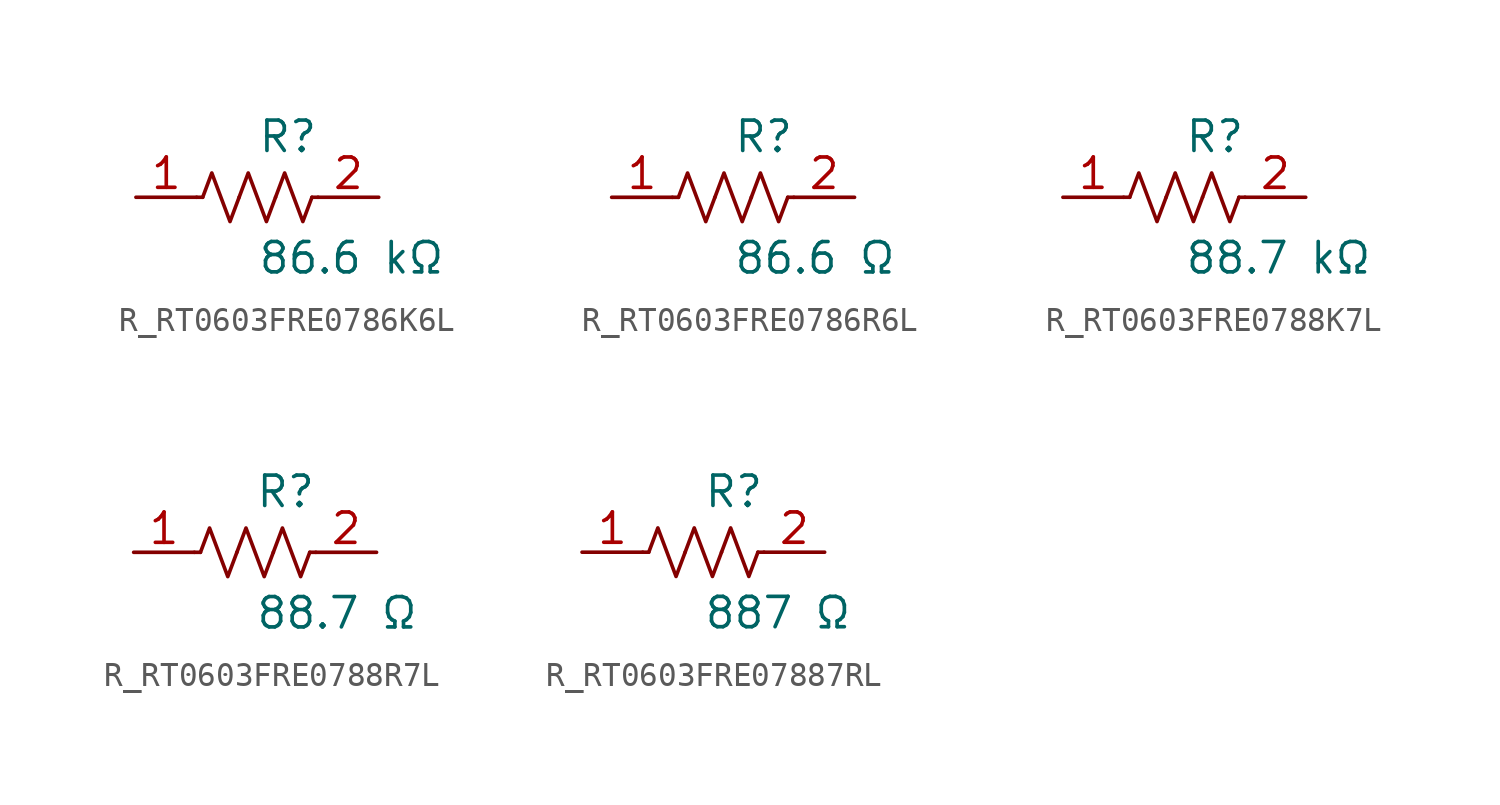
<source format=kicad_sym>
(kicad_symbol_lib
  (version 20231120)
  (generator kicad_symbol_editor)
  (generator_version 8.0)
  (symbol "R_RT0603FRE0786K6L"
    (pin_names
      (offset 0.254))
    (property "Reference" "R"
      (at 0.0 2.54 0)
      (effects (font (size 1.27 1.27)) (justify left)))
    (property "Value" "86.6 kΩ"
      (at 0.0 -2.54 0)
      (effects (font (size 1.27 1.27)) (justify left)))
    (symbol "R_RT0603FRE0786K6L_0_1"
      (polyline (pts (xy 2.286 0) (xy 2.54 0)) (stroke (width 0) (type default)) (fill (type none)))
      (polyline (pts (xy -2.286 0) (xy -2.54 0)) (stroke (width 0) (type default)) (fill (type none)))
      (polyline (pts (xy 0.762 0) (xy 1.143 1.016) (xy 1.524 0) (xy 1.905 -1.016) (xy 2.286 0)) (stroke (width 0) (type default)) (fill (type none)))
      (polyline (pts (xy -0.762 0) (xy -0.381 1.016) (xy 0 0) (xy 0.381 -1.016) (xy 0.762 0)) (stroke (width 0) (type default)) (fill (type none)))
      (polyline (pts (xy -2.286 0) (xy -1.905 1.016) (xy -1.524 0) (xy -1.143 -1.016) (xy -0.762 0)) (stroke (width 0) (type default)) (fill (type none))))
    (pin unspecified line
      (at -5.08 0 0)
      (length 2.54)
      (name "" (effects (font (size 1.27 1.27))))
      (number "1" (effects (font (size 1.27 1.27)))))
    (pin unspecified line
      (at 5.08 0 180)
      (length 2.54)
      (name "" (effects (font (size 1.27 1.27))))
      (number "2" (effects (font (size 1.27 1.27))))))
  (symbol "R_RT0603FRE0786R6L"
    (pin_names
      (offset 0.254))
    (property "Reference" "R"
      (at 0.0 2.54 0)
      (effects (font (size 1.27 1.27)) (justify left)))
    (property "Value" "86.6 Ω"
      (at 0.0 -2.54 0)
      (effects (font (size 1.27 1.27)) (justify left)))
    (symbol "R_RT0603FRE0786R6L_0_1"
      (polyline (pts (xy 2.286 0) (xy 2.54 0)) (stroke (width 0) (type default)) (fill (type none)))
      (polyline (pts (xy -2.286 0) (xy -2.54 0)) (stroke (width 0) (type default)) (fill (type none)))
      (polyline (pts (xy 0.762 0) (xy 1.143 1.016) (xy 1.524 0) (xy 1.905 -1.016) (xy 2.286 0)) (stroke (width 0) (type default)) (fill (type none)))
      (polyline (pts (xy -0.762 0) (xy -0.381 1.016) (xy 0 0) (xy 0.381 -1.016) (xy 0.762 0)) (stroke (width 0) (type default)) (fill (type none)))
      (polyline (pts (xy -2.286 0) (xy -1.905 1.016) (xy -1.524 0) (xy -1.143 -1.016) (xy -0.762 0)) (stroke (width 0) (type default)) (fill (type none))))
    (pin unspecified line
      (at -5.08 0 0)
      (length 2.54)
      (name "" (effects (font (size 1.27 1.27))))
      (number "1" (effects (font (size 1.27 1.27)))))
    (pin unspecified line
      (at 5.08 0 180)
      (length 2.54)
      (name "" (effects (font (size 1.27 1.27))))
      (number "2" (effects (font (size 1.27 1.27))))))
  (symbol "R_RT0603FRE0788K7L"
    (pin_names
      (offset 0.254))
    (property "Reference" "R"
      (at 0.0 2.54 0)
      (effects (font (size 1.27 1.27)) (justify left)))
    (property "Value" "88.7 kΩ"
      (at 0.0 -2.54 0)
      (effects (font (size 1.27 1.27)) (justify left)))
    (symbol "R_RT0603FRE0788K7L_0_1"
      (polyline (pts (xy 2.286 0) (xy 2.54 0)) (stroke (width 0) (type default)) (fill (type none)))
      (polyline (pts (xy -2.286 0) (xy -2.54 0)) (stroke (width 0) (type default)) (fill (type none)))
      (polyline (pts (xy 0.762 0) (xy 1.143 1.016) (xy 1.524 0) (xy 1.905 -1.016) (xy 2.286 0)) (stroke (width 0) (type default)) (fill (type none)))
      (polyline (pts (xy -0.762 0) (xy -0.381 1.016) (xy 0 0) (xy 0.381 -1.016) (xy 0.762 0)) (stroke (width 0) (type default)) (fill (type none)))
      (polyline (pts (xy -2.286 0) (xy -1.905 1.016) (xy -1.524 0) (xy -1.143 -1.016) (xy -0.762 0)) (stroke (width 0) (type default)) (fill (type none))))
    (pin unspecified line
      (at -5.08 0 0)
      (length 2.54)
      (name "" (effects (font (size 1.27 1.27))))
      (number "1" (effects (font (size 1.27 1.27)))))
    (pin unspecified line
      (at 5.08 0 180)
      (length 2.54)
      (name "" (effects (font (size 1.27 1.27))))
      (number "2" (effects (font (size 1.27 1.27))))))
  (symbol "R_RT0603FRE0788R7L"
    (pin_names
      (offset 0.254))
    (property "Reference" "R"
      (at 0.0 2.54 0)
      (effects (font (size 1.27 1.27)) (justify left)))
    (property "Value" "88.7 Ω"
      (at 0.0 -2.54 0)
      (effects (font (size 1.27 1.27)) (justify left)))
    (symbol "R_RT0603FRE0788R7L_0_1"
      (polyline (pts (xy 2.286 0) (xy 2.54 0)) (stroke (width 0) (type default)) (fill (type none)))
      (polyline (pts (xy -2.286 0) (xy -2.54 0)) (stroke (width 0) (type default)) (fill (type none)))
      (polyline (pts (xy 0.762 0) (xy 1.143 1.016) (xy 1.524 0) (xy 1.905 -1.016) (xy 2.286 0)) (stroke (width 0) (type default)) (fill (type none)))
      (polyline (pts (xy -0.762 0) (xy -0.381 1.016) (xy 0 0) (xy 0.381 -1.016) (xy 0.762 0)) (stroke (width 0) (type default)) (fill (type none)))
      (polyline (pts (xy -2.286 0) (xy -1.905 1.016) (xy -1.524 0) (xy -1.143 -1.016) (xy -0.762 0)) (stroke (width 0) (type default)) (fill (type none))))
    (pin unspecified line
      (at -5.08 0 0)
      (length 2.54)
      (name "" (effects (font (size 1.27 1.27))))
      (number "1" (effects (font (size 1.27 1.27)))))
    (pin unspecified line
      (at 5.08 0 180)
      (length 2.54)
      (name "" (effects (font (size 1.27 1.27))))
      (number "2" (effects (font (size 1.27 1.27))))))
  (symbol "R_RT0603FRE07887RL"
    (pin_names
      (offset 0.254))
    (property "Reference" "R"
      (at 0.0 2.54 0)
      (effects (font (size 1.27 1.27)) (justify left)))
    (property "Value" "887 Ω"
      (at 0.0 -2.54 0)
      (effects (font (size 1.27 1.27)) (justify left)))
    (symbol "R_RT0603FRE07887RL_0_1"
      (polyline (pts (xy 2.286 0) (xy 2.54 0)) (stroke (width 0) (type default)) (fill (type none)))
      (polyline (pts (xy -2.286 0) (xy -2.54 0)) (stroke (width 0) (type default)) (fill (type none)))
      (polyline (pts (xy 0.762 0) (xy 1.143 1.016) (xy 1.524 0) (xy 1.905 -1.016) (xy 2.286 0)) (stroke (width 0) (type default)) (fill (type none)))
      (polyline (pts (xy -0.762 0) (xy -0.381 1.016) (xy 0 0) (xy 0.381 -1.016) (xy 0.762 0)) (stroke (width 0) (type default)) (fill (type none)))
      (polyline (pts (xy -2.286 0) (xy -1.905 1.016) (xy -1.524 0) (xy -1.143 -1.016) (xy -0.762 0)) (stroke (width 0) (type default)) (fill (type none))))
    (pin unspecified line
      (at -5.08 0 0)
      (length 2.54)
      (name "" (effects (font (size 1.27 1.27))))
      (number "1" (effects (font (size 1.27 1.27)))))
    (pin unspecified line
      (at 5.08 0 180)
      (length 2.54)
      (name "" (effects (font (size 1.27 1.27))))
      (number "2" (effects (font (size 1.27 1.27)))))))
</source>
